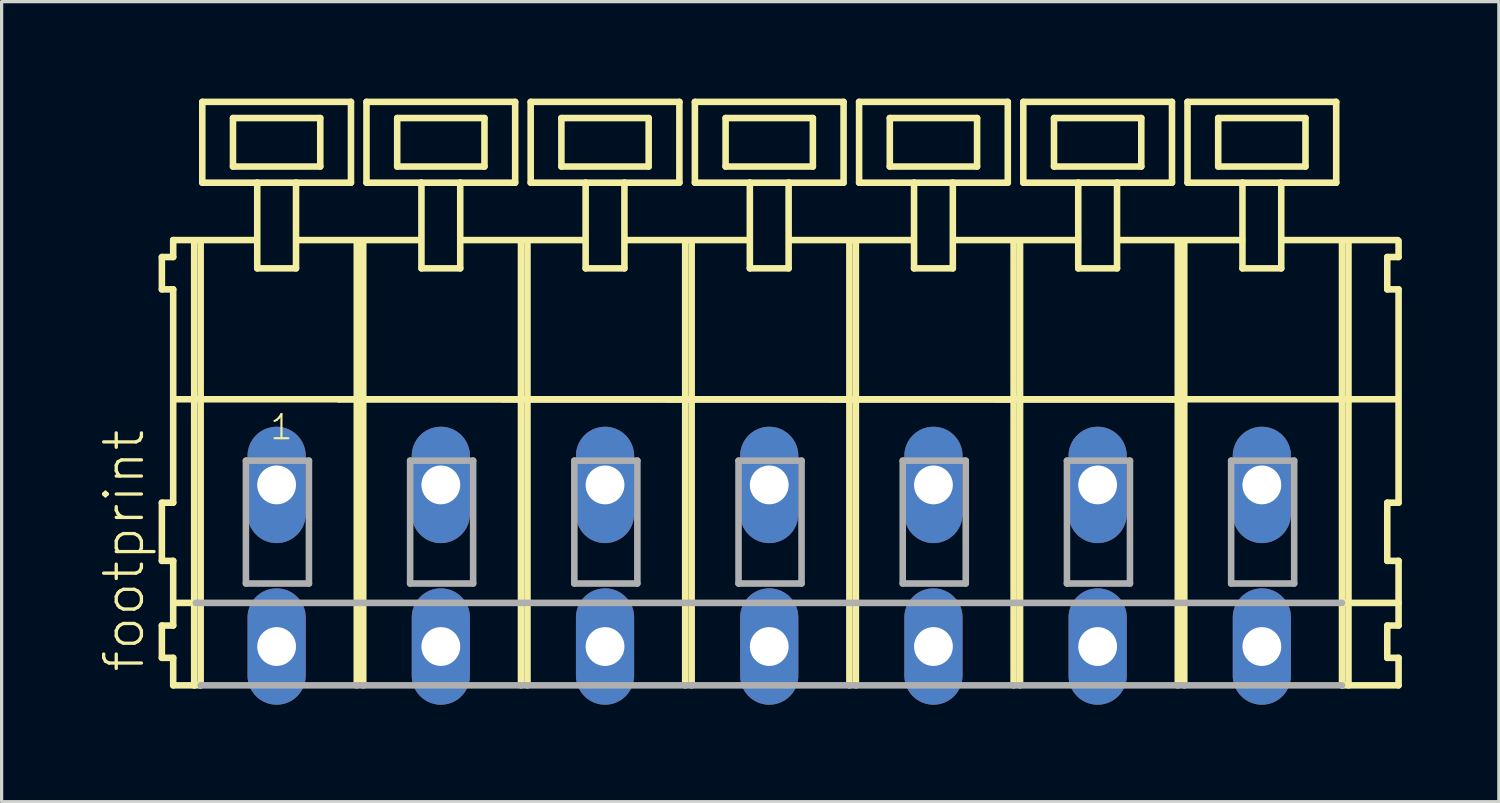
<source format=kicad_pcb>
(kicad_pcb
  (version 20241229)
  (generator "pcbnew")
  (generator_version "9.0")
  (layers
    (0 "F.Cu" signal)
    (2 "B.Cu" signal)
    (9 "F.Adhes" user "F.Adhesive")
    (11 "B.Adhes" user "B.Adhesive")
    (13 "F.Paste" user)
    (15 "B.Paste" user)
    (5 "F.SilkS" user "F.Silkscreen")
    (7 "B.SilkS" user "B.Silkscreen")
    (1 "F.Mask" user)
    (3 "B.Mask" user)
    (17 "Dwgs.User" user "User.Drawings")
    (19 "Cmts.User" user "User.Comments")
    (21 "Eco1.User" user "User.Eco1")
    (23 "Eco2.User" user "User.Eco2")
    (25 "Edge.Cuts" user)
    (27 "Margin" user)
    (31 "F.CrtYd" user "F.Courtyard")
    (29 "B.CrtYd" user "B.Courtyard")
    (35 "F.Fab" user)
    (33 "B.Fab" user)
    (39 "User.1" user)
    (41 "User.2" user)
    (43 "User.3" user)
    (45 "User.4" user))
  (footprint "footprint"
    (layer "F.Cu")
    (at 18.208 11.952)
    (property "Reference" "footprint" (at -16.735 5.855 90) (layer "F.SilkS") (effects (font (size 1.168 1.168) (thickness 0.102)) (justify left bottom)))
    (fp_line (start -16.25 -7.05) (end -16.25 -6.05) (stroke (width 0.203) (type solid)) (layer "F.SilkS"))
    (fp_line (start -16.25 -6.05) (end -15.9 -6.05) (stroke (width 0.203) (type solid)) (layer "F.SilkS"))
    (fp_line (start -16.25 0.55) (end -16.25 2.35) (stroke (width 0.203) (type solid)) (layer "F.SilkS"))
    (fp_line (start -16.25 2.35) (end -15.9 2.35) (stroke (width 0.203) (type solid)) (layer "F.SilkS"))
    (fp_line (start -16.25 4.35) (end -16.25 5.35) (stroke (width 0.203) (type solid)) (layer "F.SilkS"))
    (fp_line (start -16.25 5.35) (end -15.9 5.35) (stroke (width 0.203) (type solid)) (layer "F.SilkS"))
    (fp_line (start -15.9 -7.575) (end -15.9 -7.05) (stroke (width 0.203) (type solid)) (layer "F.SilkS"))
    (fp_line (start -15.9 -7.575) (end -13.325 -7.575) (stroke (width 0.203) (type solid)) (layer "F.SilkS"))
    (fp_line (start -15.9 -7.05) (end -16.25 -7.05) (stroke (width 0.203) (type solid)) (layer "F.SilkS"))
    (fp_line (start -15.9 -6.05) (end -15.9 0.55) (stroke (width 0.203) (type solid)) (layer "F.SilkS"))
    (fp_line (start -15.9 0.55) (end -16.25 0.55) (stroke (width 0.203) (type solid)) (layer "F.SilkS"))
    (fp_line (start -15.9 2.35) (end -15.9 4.35) (stroke (width 0.203) (type solid)) (layer "F.SilkS"))
    (fp_line (start -15.9 3.65) (end -15.2 3.65) (stroke (width 0.203) (type solid)) (layer "F.SilkS"))
    (fp_line (start -15.9 4.35) (end -16.25 4.35) (stroke (width 0.203) (type solid)) (layer "F.SilkS"))
    (fp_line (start -15.9 5.35) (end -15.9 6.2) (stroke (width 0.203) (type solid)) (layer "F.SilkS"))
    (fp_line (start -15.9 6.2) (end -15.25 6.2) (stroke (width 0.203) (type solid)) (layer "F.SilkS"))
    (fp_line (start -15.85 -2.65) (end -10.77 -2.65) (stroke (width 0.203) (type solid)) (layer "F.SilkS"))
    (fp_line (start -15.25 -7.55) (end -15.25 6.2) (stroke (width 0.203) (type solid)) (layer "F.SilkS"))
    (fp_line (start -15.25 6.2) (end -15.05 6.2) (stroke (width 0.203) (type solid)) (layer "F.SilkS"))
    (fp_line (start -15.05 -7.55) (end -15.05 6.2) (stroke (width 0.203) (type solid)) (layer "F.SilkS"))
    (fp_line (start -15 -11.85) (end -15 -9.35) (stroke (width 0.203) (type solid)) (layer "F.SilkS"))
    (fp_line (start -15 -9.35) (end -13.3 -9.35) (stroke (width 0.203) (type solid)) (layer "F.SilkS"))
    (fp_line (start -14.05 -11.35) (end -14.05 -9.85) (stroke (width 0.203) (type solid)) (layer "F.SilkS"))
    (fp_line (start -14.05 -9.85) (end -11.35 -9.85) (stroke (width 0.203) (type solid)) (layer "F.SilkS"))
    (fp_line (start -13.3 -9.35) (end -13.3 -6.7) (stroke (width 0.203) (type solid)) (layer "F.SilkS"))
    (fp_line (start -13.3 -9.35) (end -12.1 -9.35) (stroke (width 0.203) (type solid)) (layer "F.SilkS"))
    (fp_line (start -13.3 -6.7) (end -12.1 -6.7) (stroke (width 0.203) (type solid)) (layer "F.SilkS"))
    (fp_line (start -12.1 -9.35) (end -10.4 -9.35) (stroke (width 0.203) (type solid)) (layer "F.SilkS"))
    (fp_line (start -12.1 -6.7) (end -12.1 -9.35) (stroke (width 0.203) (type solid)) (layer "F.SilkS"))
    (fp_line (start -12.075 -7.575) (end -8.241 -7.575) (stroke (width 0.203) (type solid)) (layer "F.SilkS"))
    (fp_line (start -11.35 -11.35) (end -14.05 -11.35) (stroke (width 0.203) (type solid)) (layer "F.SilkS"))
    (fp_line (start -11.35 -9.85) (end -11.35 -11.35) (stroke (width 0.203) (type solid)) (layer "F.SilkS"))
    (fp_line (start -10.77 -2.65) (end -10.22 -2.65) (stroke (width 0.203) (type solid)) (layer "F.SilkS"))
    (fp_line (start -10.77 -2.65) (end -5.14 -2.65) (stroke (width 0.203) (type solid)) (layer "F.SilkS"))
    (fp_line (start -10.4 -11.85) (end -15 -11.85) (stroke (width 0.203) (type solid)) (layer "F.SilkS"))
    (fp_line (start -10.4 -9.35) (end -10.4 -11.85) (stroke (width 0.203) (type solid)) (layer "F.SilkS"))
    (fp_line (start -10.22 -7.55) (end -10.22 -2.65) (stroke (width 0.203) (type solid)) (layer "F.SilkS"))
    (fp_line (start -10.22 -2.65) (end -10.22 6.2) (stroke (width 0.203) (type solid)) (layer "F.SilkS"))
    (fp_line (start -10.22 -2.65) (end -5.14 -2.65) (stroke (width 0.203) (type solid)) (layer "F.SilkS"))
    (fp_line (start -10.02 -7.55) (end -10.02 6.2) (stroke (width 0.203) (type solid)) (layer "F.SilkS"))
    (fp_line (start -9.92 -11.85) (end -9.92 -9.35) (stroke (width 0.203) (type solid)) (layer "F.SilkS"))
    (fp_line (start -9.92 -9.35) (end -8.22 -9.35) (stroke (width 0.203) (type solid)) (layer "F.SilkS"))
    (fp_line (start -8.97 -11.35) (end -8.97 -9.85) (stroke (width 0.203) (type solid)) (layer "F.SilkS"))
    (fp_line (start -8.97 -9.85) (end -6.27 -9.85) (stroke (width 0.203) (type solid)) (layer "F.SilkS"))
    (fp_line (start -8.22 -9.35) (end -8.22 -6.7) (stroke (width 0.203) (type solid)) (layer "F.SilkS"))
    (fp_line (start -8.22 -9.35) (end -7.02 -9.35) (stroke (width 0.203) (type solid)) (layer "F.SilkS"))
    (fp_line (start -8.22 -6.7) (end -7.02 -6.7) (stroke (width 0.203) (type solid)) (layer "F.SilkS"))
    (fp_line (start -7.02 -9.35) (end -5.32 -9.35) (stroke (width 0.203) (type solid)) (layer "F.SilkS"))
    (fp_line (start -7.02 -6.7) (end -7.02 -9.35) (stroke (width 0.203) (type solid)) (layer "F.SilkS"))
    (fp_line (start -6.995 -7.575) (end -3.15 -7.575) (stroke (width 0.203) (type solid)) (layer "F.SilkS"))
    (fp_line (start -6.27 -11.35) (end -8.97 -11.35) (stroke (width 0.203) (type solid)) (layer "F.SilkS"))
    (fp_line (start -6.27 -9.85) (end -6.27 -11.35) (stroke (width 0.203) (type solid)) (layer "F.SilkS"))
    (fp_line (start -5.69 -2.65) (end -0.06 -2.65) (stroke (width 0.203) (type solid)) (layer "F.SilkS"))
    (fp_line (start -5.32 -11.85) (end -9.92 -11.85) (stroke (width 0.203) (type solid)) (layer "F.SilkS"))
    (fp_line (start -5.32 -9.35) (end -5.32 -11.85) (stroke (width 0.203) (type solid)) (layer "F.SilkS"))
    (fp_line (start -5.14 -7.55) (end -5.14 -2.65) (stroke (width 0.203) (type solid)) (layer "F.SilkS"))
    (fp_line (start -5.14 -2.65) (end -5.14 6.2) (stroke (width 0.203) (type solid)) (layer "F.SilkS"))
    (fp_line (start -5.14 -2.65) (end -0.06 -2.65) (stroke (width 0.203) (type solid)) (layer "F.SilkS"))
    (fp_line (start -5.14 -2.65) (end 20.26 -2.65) (stroke (width 0.203) (type solid)) (layer "F.SilkS"))
    (fp_line (start -4.94 -7.55) (end -4.94 6.2) (stroke (width 0.203) (type solid)) (layer "F.SilkS"))
    (fp_line (start -4.84 -11.85) (end -4.84 -9.35) (stroke (width 0.203) (type solid)) (layer "F.SilkS"))
    (fp_line (start -4.84 -9.35) (end -3.14 -9.35) (stroke (width 0.203) (type solid)) (layer "F.SilkS"))
    (fp_line (start -3.89 -11.35) (end -3.89 -9.85) (stroke (width 0.203) (type solid)) (layer "F.SilkS"))
    (fp_line (start -3.89 -9.85) (end -1.19 -9.85) (stroke (width 0.203) (type solid)) (layer "F.SilkS"))
    (fp_line (start -3.14 -9.35) (end -3.14 -6.7) (stroke (width 0.203) (type solid)) (layer "F.SilkS"))
    (fp_line (start -3.14 -9.35) (end -1.94 -9.35) (stroke (width 0.203) (type solid)) (layer "F.SilkS"))
    (fp_line (start -3.14 -6.7) (end -1.94 -6.7) (stroke (width 0.203) (type solid)) (layer "F.SilkS"))
    (fp_line (start -1.94 -9.35) (end -0.24 -9.35) (stroke (width 0.203) (type solid)) (layer "F.SilkS"))
    (fp_line (start -1.94 -6.7) (end -1.94 -9.35) (stroke (width 0.203) (type solid)) (layer "F.SilkS"))
    (fp_line (start -1.915 -7.575) (end 1.93 -7.575) (stroke (width 0.203) (type solid)) (layer "F.SilkS"))
    (fp_line (start -1.19 -11.35) (end -3.89 -11.35) (stroke (width 0.203) (type solid)) (layer "F.SilkS"))
    (fp_line (start -1.19 -9.85) (end -1.19 -11.35) (stroke (width 0.203) (type solid)) (layer "F.SilkS"))
    (fp_line (start -0.61 -2.65) (end 5.02 -2.65) (stroke (width 0.203) (type solid)) (layer "F.SilkS"))
    (fp_line (start -0.24 -11.85) (end -4.84 -11.85) (stroke (width 0.203) (type solid)) (layer "F.SilkS"))
    (fp_line (start -0.24 -9.35) (end -0.24 -11.85) (stroke (width 0.203) (type solid)) (layer "F.SilkS"))
    (fp_line (start -0.06 -7.55) (end -0.06 -2.65) (stroke (width 0.203) (type solid)) (layer "F.SilkS"))
    (fp_line (start -0.06 -2.65) (end -0.06 6.2) (stroke (width 0.203) (type solid)) (layer "F.SilkS"))
    (fp_line (start -0.06 -2.65) (end 5.02 -2.65) (stroke (width 0.203) (type solid)) (layer "F.SilkS"))
    (fp_line (start 0.14 -7.55) (end 0.14 6.2) (stroke (width 0.203) (type solid)) (layer "F.SilkS"))
    (fp_line (start 0.24 -11.85) (end 0.24 -9.35) (stroke (width 0.203) (type solid)) (layer "F.SilkS"))
    (fp_line (start 0.24 -9.35) (end 1.94 -9.35) (stroke (width 0.203) (type solid)) (layer "F.SilkS"))
    (fp_line (start 1.19 -11.35) (end 1.19 -9.85) (stroke (width 0.203) (type solid)) (layer "F.SilkS"))
    (fp_line (start 1.19 -9.85) (end 3.89 -9.85) (stroke (width 0.203) (type solid)) (layer "F.SilkS"))
    (fp_line (start 1.94 -9.35) (end 1.94 -6.7) (stroke (width 0.203) (type solid)) (layer "F.SilkS"))
    (fp_line (start 1.94 -9.35) (end 3.14 -9.35) (stroke (width 0.203) (type solid)) (layer "F.SilkS"))
    (fp_line (start 1.94 -6.7) (end 3.14 -6.7) (stroke (width 0.203) (type solid)) (layer "F.SilkS"))
    (fp_line (start 3.14 -9.35) (end 4.84 -9.35) (stroke (width 0.203) (type solid)) (layer "F.SilkS"))
    (fp_line (start 3.14 -6.7) (end 3.14 -9.35) (stroke (width 0.203) (type solid)) (layer "F.SilkS"))
    (fp_line (start 3.165 -7.575) (end 7.01 -7.575) (stroke (width 0.203) (type solid)) (layer "F.SilkS"))
    (fp_line (start 3.89 -11.35) (end 1.19 -11.35) (stroke (width 0.203) (type solid)) (layer "F.SilkS"))
    (fp_line (start 3.89 -9.85) (end 3.89 -11.35) (stroke (width 0.203) (type solid)) (layer "F.SilkS"))
    (fp_line (start 4.47 -2.65) (end 10.1 -2.65) (stroke (width 0.203) (type solid)) (layer "F.SilkS"))
    (fp_line (start 4.84 -11.85) (end 0.24 -11.85) (stroke (width 0.203) (type solid)) (layer "F.SilkS"))
    (fp_line (start 4.84 -9.35) (end 4.84 -11.85) (stroke (width 0.203) (type solid)) (layer "F.SilkS"))
    (fp_line (start 5.02 -7.55) (end 5.02 -2.65) (stroke (width 0.203) (type solid)) (layer "F.SilkS"))
    (fp_line (start 5.02 -2.65) (end 5.02 6.2) (stroke (width 0.203) (type solid)) (layer "F.SilkS"))
    (fp_line (start 5.02 -2.65) (end 10.1 -2.65) (stroke (width 0.203) (type solid)) (layer "F.SilkS"))
    (fp_line (start 5.22 -7.55) (end 5.22 6.2) (stroke (width 0.203) (type solid)) (layer "F.SilkS"))
    (fp_line (start 5.32 -11.85) (end 5.32 -9.35) (stroke (width 0.203) (type solid)) (layer "F.SilkS"))
    (fp_line (start 5.32 -9.35) (end 7.02 -9.35) (stroke (width 0.203) (type solid)) (layer "F.SilkS"))
    (fp_line (start 6.27 -11.35) (end 6.27 -9.85) (stroke (width 0.203) (type solid)) (layer "F.SilkS"))
    (fp_line (start 6.27 -9.85) (end 8.97 -9.85) (stroke (width 0.203) (type solid)) (layer "F.SilkS"))
    (fp_line (start 7.02 -9.35) (end 7.02 -6.7) (stroke (width 0.203) (type solid)) (layer "F.SilkS"))
    (fp_line (start 7.02 -9.35) (end 8.22 -9.35) (stroke (width 0.203) (type solid)) (layer "F.SilkS"))
    (fp_line (start 7.02 -6.7) (end 8.22 -6.7) (stroke (width 0.203) (type solid)) (layer "F.SilkS"))
    (fp_line (start 8.22 -9.35) (end 9.92 -9.35) (stroke (width 0.203) (type solid)) (layer "F.SilkS"))
    (fp_line (start 8.22 -6.7) (end 8.22 -9.35) (stroke (width 0.203) (type solid)) (layer "F.SilkS"))
    (fp_line (start 8.245 -7.575) (end 12.09 -7.575) (stroke (width 0.203) (type solid)) (layer "F.SilkS"))
    (fp_line (start 8.97 -11.35) (end 6.27 -11.35) (stroke (width 0.203) (type solid)) (layer "F.SilkS"))
    (fp_line (start 8.97 -9.85) (end 8.97 -11.35) (stroke (width 0.203) (type solid)) (layer "F.SilkS"))
    (fp_line (start 9.55 -2.65) (end 15.18 -2.65) (stroke (width 0.203) (type solid)) (layer "F.SilkS"))
    (fp_line (start 9.92 -11.85) (end 5.32 -11.85) (stroke (width 0.203) (type solid)) (layer "F.SilkS"))
    (fp_line (start 9.92 -9.35) (end 9.92 -11.85) (stroke (width 0.203) (type solid)) (layer "F.SilkS"))
    (fp_line (start 10.1 -7.55) (end 10.1 -2.65) (stroke (width 0.203) (type solid)) (layer "F.SilkS"))
    (fp_line (start 10.1 -2.65) (end 10.1 6.2) (stroke (width 0.203) (type solid)) (layer "F.SilkS"))
    (fp_line (start 10.1 -2.65) (end 15.18 -2.65) (stroke (width 0.203) (type solid)) (layer "F.SilkS"))
    (fp_line (start 10.3 -7.55) (end 10.3 6.2) (stroke (width 0.203) (type solid)) (layer "F.SilkS"))
    (fp_line (start 10.4 -11.85) (end 10.4 -9.35) (stroke (width 0.203) (type solid)) (layer "F.SilkS"))
    (fp_line (start 10.4 -9.35) (end 12.1 -9.35) (stroke (width 0.203) (type solid)) (layer "F.SilkS"))
    (fp_line (start 11.35 -11.35) (end 11.35 -9.85) (stroke (width 0.203) (type solid)) (layer "F.SilkS"))
    (fp_line (start 11.35 -9.85) (end 14.05 -9.85) (stroke (width 0.203) (type solid)) (layer "F.SilkS"))
    (fp_line (start 12.1 -9.35) (end 12.1 -6.7) (stroke (width 0.203) (type solid)) (layer "F.SilkS"))
    (fp_line (start 12.1 -9.35) (end 13.3 -9.35) (stroke (width 0.203) (type solid)) (layer "F.SilkS"))
    (fp_line (start 12.1 -6.7) (end 13.3 -6.7) (stroke (width 0.203) (type solid)) (layer "F.SilkS"))
    (fp_line (start 13.3 -9.35) (end 15 -9.35) (stroke (width 0.203) (type solid)) (layer "F.SilkS"))
    (fp_line (start 13.3 -6.7) (end 13.3 -9.35) (stroke (width 0.203) (type solid)) (layer "F.SilkS"))
    (fp_line (start 13.325 -7.575) (end 17.17 -7.575) (stroke (width 0.203) (type solid)) (layer "F.SilkS"))
    (fp_line (start 14.05 -11.35) (end 11.35 -11.35) (stroke (width 0.203) (type solid)) (layer "F.SilkS"))
    (fp_line (start 14.05 -9.85) (end 14.05 -11.35) (stroke (width 0.203) (type solid)) (layer "F.SilkS"))
    (fp_line (start 15 -11.85) (end 10.4 -11.85) (stroke (width 0.203) (type solid)) (layer "F.SilkS"))
    (fp_line (start 15 -9.35) (end 15 -11.85) (stroke (width 0.203) (type solid)) (layer "F.SilkS"))
    (fp_line (start 15.18 -7.55) (end 15.18 -2.65) (stroke (width 0.203) (type solid)) (layer "F.SilkS"))
    (fp_line (start 15.18 -2.65) (end 15.18 6.2) (stroke (width 0.203) (type solid)) (layer "F.SilkS"))
    (fp_line (start 15.38 -7.55) (end 15.38 6.2) (stroke (width 0.203) (type solid)) (layer "F.SilkS"))
    (fp_line (start 15.48 -11.85) (end 15.48 -9.35) (stroke (width 0.203) (type solid)) (layer "F.SilkS"))
    (fp_line (start 15.48 -9.35) (end 17.18 -9.35) (stroke (width 0.203) (type solid)) (layer "F.SilkS"))
    (fp_line (start 16.43 -11.35) (end 16.43 -9.85) (stroke (width 0.203) (type solid)) (layer "F.SilkS"))
    (fp_line (start 16.43 -9.85) (end 19.13 -9.85) (stroke (width 0.203) (type solid)) (layer "F.SilkS"))
    (fp_line (start 17.18 -9.35) (end 17.18 -6.7) (stroke (width 0.203) (type solid)) (layer "F.SilkS"))
    (fp_line (start 17.18 -9.35) (end 18.38 -9.35) (stroke (width 0.203) (type solid)) (layer "F.SilkS"))
    (fp_line (start 17.18 -6.7) (end 18.38 -6.7) (stroke (width 0.203) (type solid)) (layer "F.SilkS"))
    (fp_line (start 18.38 -9.35) (end 20.08 -9.35) (stroke (width 0.203) (type solid)) (layer "F.SilkS"))
    (fp_line (start 18.38 -6.7) (end 18.38 -9.35) (stroke (width 0.203) (type solid)) (layer "F.SilkS"))
    (fp_line (start 18.39 -7.575) (end 21.985 -7.575) (stroke (width 0.203) (type solid)) (layer "F.SilkS"))
    (fp_line (start 19.13 -11.35) (end 16.43 -11.35) (stroke (width 0.203) (type solid)) (layer "F.SilkS"))
    (fp_line (start 19.13 -9.85) (end 19.13 -11.35) (stroke (width 0.203) (type solid)) (layer "F.SilkS"))
    (fp_line (start 20.08 -11.85) (end 15.48 -11.85) (stroke (width 0.203) (type solid)) (layer "F.SilkS"))
    (fp_line (start 20.08 -9.35) (end 20.08 -11.85) (stroke (width 0.203) (type solid)) (layer "F.SilkS"))
    (fp_line (start 20.26 -7.55) (end 20.26 -2.65) (stroke (width 0.203) (type solid)) (layer "F.SilkS"))
    (fp_line (start 20.26 -2.65) (end 20.26 6.2) (stroke (width 0.203) (type solid)) (layer "F.SilkS"))
    (fp_line (start 20.26 -2.65) (end 21.96 -2.65) (stroke (width 0.203) (type solid)) (layer "F.SilkS"))
    (fp_line (start 20.26 6.2) (end 22.01 6.2) (stroke (width 0.203) (type solid)) (layer "F.SilkS"))
    (fp_line (start 20.31 3.65) (end 22.01 3.65) (stroke (width 0.203) (type solid)) (layer "F.SilkS"))
    (fp_line (start 20.46 -7.55) (end 20.46 6.2) (stroke (width 0.203) (type solid)) (layer "F.SilkS"))
    (fp_line (start 21.66 -7.05) (end 21.66 -6.05) (stroke (width 0.203) (type solid)) (layer "F.SilkS"))
    (fp_line (start 21.66 -6.05) (end 22.01 -6.05) (stroke (width 0.203) (type solid)) (layer "F.SilkS"))
    (fp_line (start 21.66 0.55) (end 21.66 2.35) (stroke (width 0.203) (type solid)) (layer "F.SilkS"))
    (fp_line (start 21.66 2.35) (end 22.01 2.35) (stroke (width 0.203) (type solid)) (layer "F.SilkS"))
    (fp_line (start 21.66 4.35) (end 21.66 5.35) (stroke (width 0.203) (type solid)) (layer "F.SilkS"))
    (fp_line (start 21.66 5.35) (end 22.01 5.35) (stroke (width 0.203) (type solid)) (layer "F.SilkS"))
    (fp_line (start 22.01 -7.05) (end 21.66 -7.05) (stroke (width 0.203) (type solid)) (layer "F.SilkS"))
    (fp_line (start 22.01 -7.05) (end 22.01 -7.55) (stroke (width 0.203) (type solid)) (layer "F.SilkS"))
    (fp_line (start 22.01 0.55) (end 21.66 0.55) (stroke (width 0.203) (type solid)) (layer "F.SilkS"))
    (fp_line (start 22.01 0.55) (end 22.01 -6.05) (stroke (width 0.203) (type solid)) (layer "F.SilkS"))
    (fp_line (start 22.01 3.65) (end 22.01 2.35) (stroke (width 0.203) (type solid)) (layer "F.SilkS"))
    (fp_line (start 22.01 4.35) (end 21.66 4.35) (stroke (width 0.203) (type solid)) (layer "F.SilkS"))
    (fp_line (start 22.01 4.35) (end 22.01 3.65) (stroke (width 0.203) (type solid)) (layer "F.SilkS"))
    (fp_line (start 22.01 6.2) (end 22.01 5.35) (stroke (width 0.203) (type solid)) (layer "F.SilkS"))
    (fp_line (start -15.2 3.65) (end 20.26 3.65) (stroke (width 0.203) (type solid)) (layer "F.Fab"))
    (fp_line (start -15.05 6.2) (end 20.26 6.2) (stroke (width 0.203) (type solid)) (layer "F.Fab"))
    (fp_line (start -13.65 -0.75) (end -13.65 3.05) (stroke (width 0.203) (type solid)) (layer "F.Fab"))
    (fp_line (start -13.65 3.05) (end -11.7 3.05) (stroke (width 0.203) (type solid)) (layer "F.Fab"))
    (fp_line (start -11.7 -0.75) (end -13.65 -0.75) (stroke (width 0.203) (type solid)) (layer "F.Fab"))
    (fp_line (start -11.7 3.05) (end -11.7 -0.75) (stroke (width 0.203) (type solid)) (layer "F.Fab"))
    (fp_line (start -8.57 -0.75) (end -8.57 3.05) (stroke (width 0.203) (type solid)) (layer "F.Fab"))
    (fp_line (start -8.57 3.05) (end -6.62 3.05) (stroke (width 0.203) (type solid)) (layer "F.Fab"))
    (fp_line (start -6.62 -0.75) (end -8.57 -0.75) (stroke (width 0.203) (type solid)) (layer "F.Fab"))
    (fp_line (start -6.62 3.05) (end -6.62 -0.75) (stroke (width 0.203) (type solid)) (layer "F.Fab"))
    (fp_line (start -3.49 -0.75) (end -3.49 3.05) (stroke (width 0.203) (type solid)) (layer "F.Fab"))
    (fp_line (start -3.49 3.05) (end -1.54 3.05) (stroke (width 0.203) (type solid)) (layer "F.Fab"))
    (fp_line (start -1.54 -0.75) (end -3.49 -0.75) (stroke (width 0.203) (type solid)) (layer "F.Fab"))
    (fp_line (start -1.54 3.05) (end -1.54 -0.75) (stroke (width 0.203) (type solid)) (layer "F.Fab"))
    (fp_line (start 1.59 -0.75) (end 1.59 3.05) (stroke (width 0.203) (type solid)) (layer "F.Fab"))
    (fp_line (start 1.59 3.05) (end 3.54 3.05) (stroke (width 0.203) (type solid)) (layer "F.Fab"))
    (fp_line (start 3.54 -0.75) (end 1.59 -0.75) (stroke (width 0.203) (type solid)) (layer "F.Fab"))
    (fp_line (start 3.54 3.05) (end 3.54 -0.75) (stroke (width 0.203) (type solid)) (layer "F.Fab"))
    (fp_line (start 6.67 -0.75) (end 6.67 3.05) (stroke (width 0.203) (type solid)) (layer "F.Fab"))
    (fp_line (start 6.67 3.05) (end 8.62 3.05) (stroke (width 0.203) (type solid)) (layer "F.Fab"))
    (fp_line (start 8.62 -0.75) (end 6.67 -0.75) (stroke (width 0.203) (type solid)) (layer "F.Fab"))
    (fp_line (start 8.62 3.05) (end 8.62 -0.75) (stroke (width 0.203) (type solid)) (layer "F.Fab"))
    (fp_line (start 11.75 -0.75) (end 11.75 3.05) (stroke (width 0.203) (type solid)) (layer "F.Fab"))
    (fp_line (start 11.75 3.05) (end 13.7 3.05) (stroke (width 0.203) (type solid)) (layer "F.Fab"))
    (fp_line (start 13.7 -0.75) (end 11.75 -0.75) (stroke (width 0.203) (type solid)) (layer "F.Fab"))
    (fp_line (start 13.7 3.05) (end 13.7 -0.75) (stroke (width 0.203) (type solid)) (layer "F.Fab"))
    (fp_line (start 16.83 -0.75) (end 16.83 3.05) (stroke (width 0.203) (type solid)) (layer "F.Fab"))
    (fp_line (start 16.83 3.05) (end 18.78 3.05) (stroke (width 0.203) (type solid)) (layer "F.Fab"))
    (fp_line (start 18.78 -0.75) (end 16.83 -0.75) (stroke (width 0.203) (type solid)) (layer "F.Fab"))
    (fp_line (start 18.78 3.05) (end 18.78 -0.75) (stroke (width 0.203) (type solid)) (layer "F.Fab"))
    (fp_text user "1" (at -12.95 -1.35 0) (layer "F.SilkS") (effects (font (size 0.748 0.748) (thickness 0.065)) (justify left bottom)))
    (pad "A1" thru_hole oval (at -12.7 0 90) (size 3.6 1.8) (drill 1.2) (layers "*.Cu" "*.Mask"))
    (pad "A2" thru_hole oval (at -7.62 0 90) (size 3.6 1.8) (drill 1.2) (layers "*.Cu" "*.Mask"))
    (pad "A3" thru_hole oval (at -2.54 0 90) (size 3.6 1.8) (drill 1.2) (layers "*.Cu" "*.Mask"))
    (pad "A4" thru_hole oval (at 2.54 0 90) (size 3.6 1.8) (drill 1.2) (layers "*.Cu" "*.Mask"))
    (pad "A5" thru_hole oval (at 7.62 0 90) (size 3.6 1.8) (drill 1.2) (layers "*.Cu" "*.Mask"))
    (pad "A6" thru_hole oval (at 12.7 0 90) (size 3.6 1.8) (drill 1.2) (layers "*.Cu" "*.Mask"))
    (pad "A7" thru_hole oval (at 17.78 0 90) (size 3.6 1.8) (drill 1.2) (layers "*.Cu" "*.Mask"))
    (pad "B1" thru_hole oval (at -12.7 5 90) (size 3.6 1.8) (drill 1.2) (layers "*.Cu" "*.Mask"))
    (pad "B2" thru_hole oval (at -7.62 5 90) (size 3.6 1.8) (drill 1.2) (layers "*.Cu" "*.Mask"))
    (pad "B3" thru_hole oval (at -2.54 5 90) (size 3.6 1.8) (drill 1.2) (layers "*.Cu" "*.Mask"))
    (pad "B4" thru_hole oval (at 2.54 5 90) (size 3.6 1.8) (drill 1.2) (layers "*.Cu" "*.Mask"))
    (pad "B5" thru_hole oval (at 7.62 5 90) (size 3.6 1.8) (drill 1.2) (layers "*.Cu" "*.Mask"))
    (pad "B6" thru_hole oval (at 12.7 5 90) (size 3.6 1.8) (drill 1.2) (layers "*.Cu" "*.Mask"))
    (pad "B7" thru_hole oval (at 17.78 5 90) (size 3.6 1.8) (drill 1.2) (layers "*.Cu" "*.Mask")))
  (gr_rect
    (start -3 -3)
    (end 43.32 21.752)
    (stroke (width 0.1) (type default))
    (fill no)
    (layer "Edge.Cuts")))
</source>
